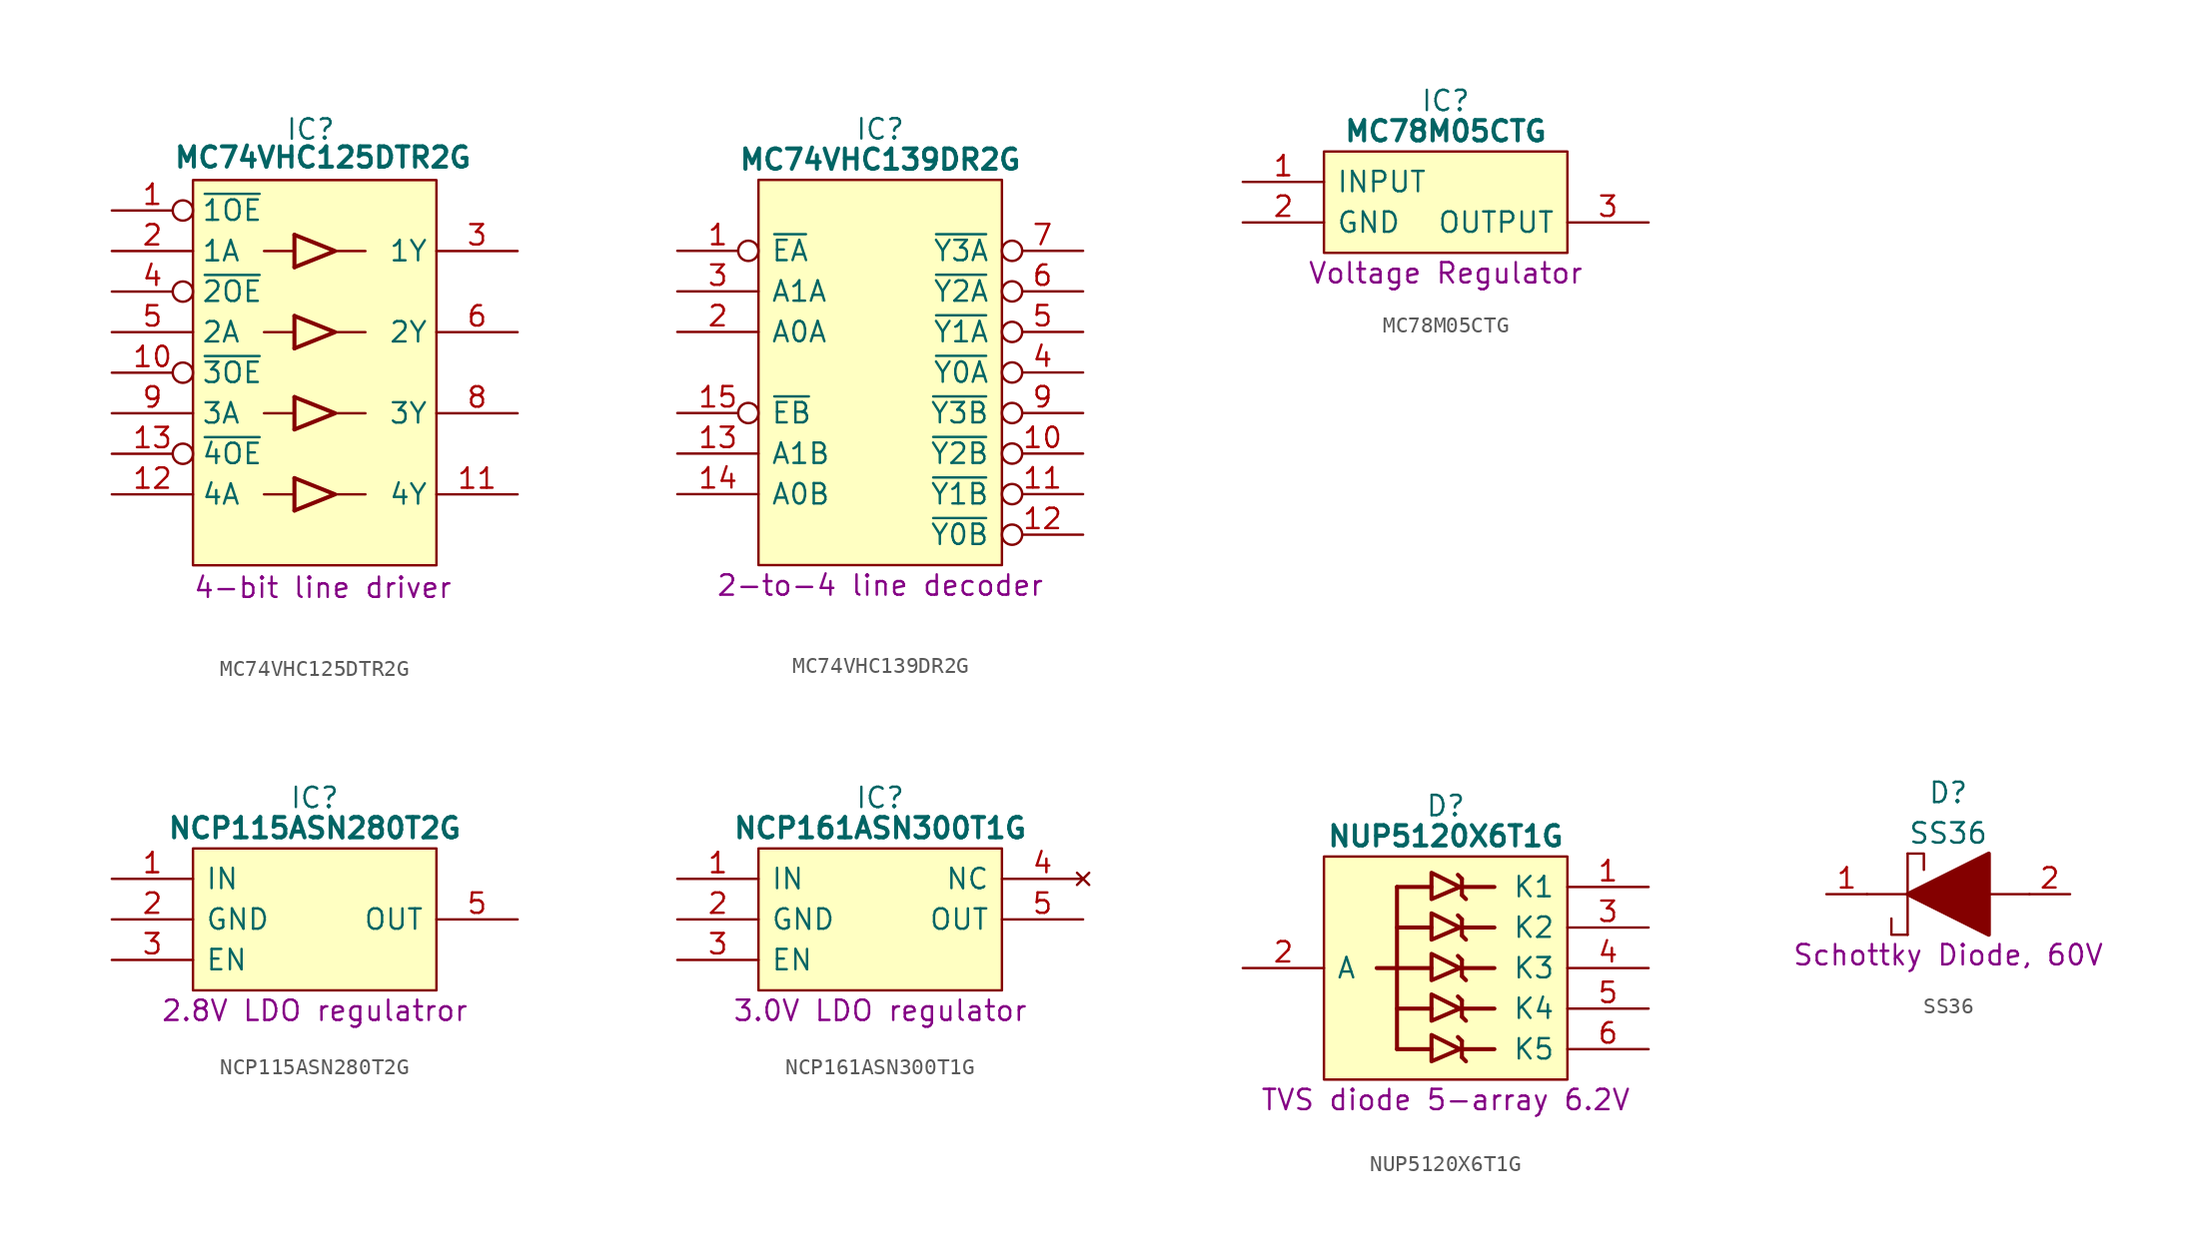
<source format=kicad_sym>
(kicad_symbol_lib
  (version 20241209)
  (generator "kicad_symbol_editor")
  (generator_version "9.0")
  (symbol "MC74VHC125DTR2G"
    (property "Reference" "IC"
      (at 12.446 5.08 0)
      (effects (font (size 1.27 1.27))))
    (property "Value" "MC74VHC125DTR2G"
      (at 13.208 4.064 0)
      (effects (font (size 1.27 1.27) (bold yes)) (justify top)))
    (property "Description" "4-bit line driver"
      (at 13.208 -23.622 0)
      (effects (font (size 1.27 1.27))))
    (symbol "MC74VHC125DTR2G_0_0"
      (pin input line (at 0 -2.54 0) (length 5.08) (name "1A" (effects (font (size 1.27 1.27)))) (number "2" (effects (font (size 1.27 1.27)))))
      (pin input line (at 0 -7.62 0) (length 5.08) (name "2A" (effects (font (size 1.27 1.27)))) (number "5" (effects (font (size 1.27 1.27)))))
      (pin input line (at 0 -12.7 0) (length 5.08) (name "3A" (effects (font (size 1.27 1.27)))) (number "9" (effects (font (size 1.27 1.27)))))
      (pin input line (at 0 -17.78 0) (length 5.08) (name "4A" (effects (font (size 1.27 1.27)))) (number "12" (effects (font (size 1.27 1.27)))))
      (pin tri_state line (at 25.4 -2.54 180) (length 5.08) (name "1Y" (effects (font (size 1.27 1.27)))) (number "3" (effects (font (size 1.27 1.27)))))
      (pin tri_state line (at 25.4 -7.62 180) (length 5.08) (name "2Y" (effects (font (size 1.27 1.27)))) (number "6" (effects (font (size 1.27 1.27)))))
      (pin tri_state line (at 25.4 -12.7 180) (length 5.08) (name "3Y" (effects (font (size 1.27 1.27)))) (number "8" (effects (font (size 1.27 1.27)))))
      (pin tri_state line (at 25.4 -17.78 180) (length 5.08) (name "4Y" (effects (font (size 1.27 1.27)))) (number "11" (effects (font (size 1.27 1.27))))))
    (symbol "MC74VHC125DTR2G_0_1"
      (polyline (pts (xy 5.08 1.905) (xy 20.32 1.905) (xy 20.32 -22.225) (xy 5.08 -22.225) (xy 5.08 1.905)) (stroke (width 0.152) (type default)) (fill (type background)))
      (polyline (pts (xy 9.525 -2.54) (xy 11.43 -2.54)) (stroke (width 0) (type default)) (fill (type none)))
      (polyline (pts (xy 9.525 -7.62) (xy 11.43 -7.62)) (stroke (width 0) (type default)) (fill (type none)))
      (polyline (pts (xy 9.525 -12.7) (xy 11.43 -12.7)) (stroke (width 0) (type default)) (fill (type none)))
      (polyline (pts (xy 9.525 -17.78) (xy 11.43 -17.78)) (stroke (width 0) (type default)) (fill (type none)))
      (rectangle (start 11.43 -1.524) (end 11.43 -3.556) (stroke (width 0.254) (type default)) (fill (type background)))
      (polyline (pts (xy 11.43 -3.556) (xy 13.97 -2.54) (xy 11.43 -1.524)) (stroke (width 0.254) (type default)) (fill (type none)))
      (rectangle (start 11.43 -6.604) (end 11.43 -8.636) (stroke (width 0.254) (type default)) (fill (type background)))
      (polyline (pts (xy 11.43 -8.636) (xy 13.97 -7.62) (xy 11.43 -6.604)) (stroke (width 0.254) (type default)) (fill (type none)))
      (rectangle (start 11.43 -11.684) (end 11.43 -13.716) (stroke (width 0.254) (type default)) (fill (type background)))
      (polyline (pts (xy 11.43 -13.716) (xy 13.97 -12.7) (xy 11.43 -11.684)) (stroke (width 0.254) (type default)) (fill (type none)))
      (rectangle (start 11.43 -16.764) (end 11.43 -18.796) (stroke (width 0.254) (type default)) (fill (type background)))
      (polyline (pts (xy 11.43 -18.796) (xy 13.97 -17.78) (xy 11.43 -16.764)) (stroke (width 0.254) (type default)) (fill (type none)))
      (polyline (pts (xy 13.97 -2.54) (xy 15.875 -2.54)) (stroke (width 0) (type default)) (fill (type none)))
      (polyline (pts (xy 13.97 -7.62) (xy 15.875 -7.62)) (stroke (width 0) (type default)) (fill (type none)))
      (polyline (pts (xy 13.97 -12.7) (xy 15.875 -12.7)) (stroke (width 0) (type default)) (fill (type none)))
      (polyline (pts (xy 13.97 -17.78) (xy 15.875 -17.78)) (stroke (width 0) (type default)) (fill (type none))))
    (symbol "MC74VHC125DTR2G_1_0"
      (pin input inverted (at 0 0 0) (length 5.08) (name "~{1OE}" (effects (font (size 1.27 1.27)))) (number "1" (effects (font (size 1.27 1.27)))))
      (pin input inverted (at 0 -5.08 0) (length 5.08) (name "~{2OE}" (effects (font (size 1.27 1.27)))) (number "4" (effects (font (size 1.27 1.27)))))
      (pin input inverted (at 0 -10.16 0) (length 5.08) (name "~{3OE}" (effects (font (size 1.27 1.27)))) (number "10" (effects (font (size 1.27 1.27)))))
      (pin input inverted (at 0 -15.24 0) (length 5.08) (name "~{4OE}" (effects (font (size 1.27 1.27)))) (number "13" (effects (font (size 1.27 1.27)))))
      (pin passive line (at 0 -20.32 0) (length 5.08) (hide yes) (name "GND" (effects (font (size 1.27 1.27)))) (number "7" (effects (font (size 1.27 1.27)))))
      (pin passive line (at 25.4 0 180) (length 5.08) (hide yes) (name "5V" (effects (font (size 1.27 1.27)))) (number "14" (effects (font (size 1.27 1.27)))))))
  (symbol "MC74VHC139DR2G"
    (pin_names
      (offset 0.762))
    (property "Reference" "IC"
      (at 12.7 7.62 0)
      (effects (font (size 1.27 1.27))))
    (property "Value" "MC74VHC139DR2G"
      (at 12.7 5.715 0)
      (effects (font (size 1.27 1.27) (bold yes))))
    (property "Description" "2-to-4 line decoder"
      (at 12.7 -20.955 0)
      (effects (font (size 1.27 1.27))))
    (symbol "MC74VHC139DR2G_0_0"
      (pin input inverted (at 0 0 0) (length 5.08) (name "~{EA}" (effects (font (size 1.27 1.27)))) (number "1" (effects (font (size 1.27 1.27)))))
      (pin input line (at 0 -2.54 0) (length 5.08) (name "A1A" (effects (font (size 1.27 1.27)))) (number "3" (effects (font (size 1.27 1.27)))))
      (pin input line (at 0 -5.08 0) (length 5.08) (name "A0A" (effects (font (size 1.27 1.27)))) (number "2" (effects (font (size 1.27 1.27)))))
      (pin input inverted (at 0 -10.16 0) (length 5.08) (name "~{EB}" (effects (font (size 1.27 1.27)))) (number "15" (effects (font (size 1.27 1.27)))))
      (pin input line (at 0 -12.7 0) (length 5.08) (name "A1B" (effects (font (size 1.27 1.27)))) (number "13" (effects (font (size 1.27 1.27)))))
      (pin input line (at 0 -15.24 0) (length 5.08) (name "A0B" (effects (font (size 1.27 1.27)))) (number "14" (effects (font (size 1.27 1.27)))))
      (pin passive line (at 0 -17.78 0) (length 5.08) (hide yes) (name "GND" (effects (font (size 1.27 1.27)))) (number "8" (effects (font (size 1.27 1.27)))))
      (pin passive line (at 25.4 2.54 180) (length 5.08) (hide yes) (name "5V" (effects (font (size 1.27 1.27)))) (number "16" (effects (font (size 1.27 1.27)))))
      (pin output inverted (at 25.4 0 180) (length 5.08) (name "~{Y3A}" (effects (font (size 1.27 1.27)))) (number "7" (effects (font (size 1.27 1.27)))))
      (pin output inverted (at 25.4 -2.54 180) (length 5.08) (name "~{Y2A}" (effects (font (size 1.27 1.27)))) (number "6" (effects (font (size 1.27 1.27)))))
      (pin output inverted (at 25.4 -5.08 180) (length 5.08) (name "~{Y1A}" (effects (font (size 1.27 1.27)))) (number "5" (effects (font (size 1.27 1.27)))))
      (pin output inverted (at 25.4 -7.62 180) (length 5.08) (name "~{Y0A}" (effects (font (size 1.27 1.27)))) (number "4" (effects (font (size 1.27 1.27)))))
      (pin output inverted (at 25.4 -10.16 180) (length 5.08) (name "~{Y3B}" (effects (font (size 1.27 1.27)))) (number "9" (effects (font (size 1.27 1.27)))))
      (pin output inverted (at 25.4 -12.7 180) (length 5.08) (name "~{Y2B}" (effects (font (size 1.27 1.27)))) (number "10" (effects (font (size 1.27 1.27)))))
      (pin output inverted (at 25.4 -15.24 180) (length 5.08) (name "~{Y1B}" (effects (font (size 1.27 1.27)))) (number "11" (effects (font (size 1.27 1.27)))))
      (pin output inverted (at 25.4 -17.78 180) (length 5.08) (name "~{Y0B}" (effects (font (size 1.27 1.27)))) (number "12" (effects (font (size 1.27 1.27))))))
    (symbol "MC74VHC139DR2G_0_1"
      (polyline (pts (xy 5.08 4.445) (xy 20.32 4.445) (xy 20.32 -19.685) (xy 5.08 -19.685) (xy 5.08 4.445)) (stroke (width 0.152) (type default)) (fill (type background)))))
  (symbol "MC78M05CTG"
    (pin_names
      (offset 0.762))
    (property "Reference" "IC"
      (at 12.7 5.08 0)
      (effects (font (size 1.27 1.27))))
    (property "Value" "MC78M05CTG"
      (at 12.7 3.175 0)
      (effects (font (size 1.27 1.27) (bold yes))))
    (property "Description" "Voltage Regulator"
      (at 12.7 -5.715 0)
      (effects (font (size 1.27 1.27))))
    (symbol "MC78M05CTG_0_0"
      (pin passive line (at 0 0 0) (length 5.08) (name "INPUT" (effects (font (size 1.27 1.27)))) (number "1" (effects (font (size 1.27 1.27)))))
      (pin passive line (at 0 -2.54 0) (length 5.08) (name "GND" (effects (font (size 1.27 1.27)))) (number "2" (effects (font (size 1.27 1.27)))))
      (pin passive line (at 25.4 -2.54 180) (length 5.08) (name "OUTPUT" (effects (font (size 1.27 1.27)))) (number "3" (effects (font (size 1.27 1.27))))))
    (symbol "MC78M05CTG_0_1"
      (polyline (pts (xy 5.08 1.905) (xy 20.32 1.905) (xy 20.32 -4.445) (xy 5.08 -4.445) (xy 5.08 1.905)) (stroke (width 0.152) (type default)) (fill (type background)))))
  (symbol "NCP115ASN280T2G"
    (pin_names
      (offset 0.762))
    (property "Reference" "IC"
      (at 12.7 5.08 0)
      (effects (font (size 1.27 1.27))))
    (property "Value" "NCP115ASN280T2G"
      (at 12.7 3.175 0)
      (effects (font (size 1.27 1.27) (bold yes))))
    (property "Description" "2.8V LDO regulatror"
      (at 12.7 -8.255 0)
      (effects (font (size 1.27 1.27))))
    (symbol "NCP115ASN280T2G_0_0"
      (pin power_in line (at 0 0 0) (length 5.08) (name "IN" (effects (font (size 1.27 1.27)))) (number "1" (effects (font (size 1.27 1.27)))))
      (pin power_in line (at 0 -2.54 0) (length 5.08) (name "GND" (effects (font (size 1.27 1.27)))) (number "2" (effects (font (size 1.27 1.27)))))
      (pin input line (at 0 -5.08 0) (length 5.08) (name "EN" (effects (font (size 1.27 1.27)))) (number "3" (effects (font (size 1.27 1.27)))))
      (pin no_connect line (at 25.4 0 180) (length 5.08) (hide yes) (name "N/C" (effects (font (size 1.27 1.27)))) (number "4" (effects (font (size 1.27 1.27)))))
      (pin power_out line (at 25.4 -2.54 180) (length 5.08) (name "OUT" (effects (font (size 1.27 1.27)))) (number "5" (effects (font (size 1.27 1.27))))))
    (symbol "NCP115ASN280T2G_0_1"
      (polyline (pts (xy 5.08 1.905) (xy 20.32 1.905) (xy 20.32 -6.985) (xy 5.08 -6.985) (xy 5.08 1.905)) (stroke (width 0.152) (type default)) (fill (type background)))))
  (symbol "NCP161ASN300T1G"
    (pin_names
      (offset 0.762))
    (property "Reference" "IC"
      (at 12.7 5.08 0)
      (effects (font (size 1.27 1.27))))
    (property "Value" "NCP161ASN300T1G"
      (at 12.7 3.175 0)
      (effects (font (size 1.27 1.27) (bold yes))))
    (property "Description" "3.0V LDO regulator"
      (at 12.7 -8.255 0)
      (effects (font (size 1.27 1.27))))
    (symbol "NCP161ASN300T1G_0_0"
      (pin passive line (at 0 0 0) (length 5.08) (name "IN" (effects (font (size 1.27 1.27)))) (number "1" (effects (font (size 1.27 1.27)))))
      (pin passive line (at 0 -2.54 0) (length 5.08) (name "GND" (effects (font (size 1.27 1.27)))) (number "2" (effects (font (size 1.27 1.27)))))
      (pin passive line (at 0 -5.08 0) (length 5.08) (name "EN" (effects (font (size 1.27 1.27)))) (number "3" (effects (font (size 1.27 1.27)))))
      (pin no_connect line (at 25.4 0 180) (length 5.08) (name "NC" (effects (font (size 1.27 1.27)))) (number "4" (effects (font (size 1.27 1.27)))))
      (pin passive line (at 25.4 -2.54 180) (length 5.08) (name "OUT" (effects (font (size 1.27 1.27)))) (number "5" (effects (font (size 1.27 1.27))))))
    (symbol "NCP161ASN300T1G_0_1"
      (polyline (pts (xy 5.08 1.905) (xy 20.32 1.905) (xy 20.32 -6.985) (xy 5.08 -6.985) (xy 5.08 1.905)) (stroke (width 0.152) (type default)) (fill (type background)))))
  (symbol "NUP5120X6T1G"
    (pin_names
      (offset 0.762))
    (property "Reference" "D"
      (at 12.7 10.16 0)
      (effects (font (size 1.27 1.27))))
    (property "Value" "NUP5120X6T1G"
      (at 12.7 8.255 0)
      (effects (font (size 1.27 1.27) (thickness 0.254) (bold yes))))
    (property "Description" "TVS diode 5-array 6.2V"
      (at 12.7 -8.255 0)
      (effects (font (size 1.27 1.27))))
    (symbol "NUP5120X6T1G_0_0"
      (pin passive line (at 0 0 0) (length 5.08) (name "A" (effects (font (size 1.27 1.27)))) (number "2" (effects (font (size 1.27 1.27))))))
    (symbol "NUP5120X6T1G_0_1"
      (polyline (pts (xy 5.08 6.985) (xy 20.32 6.985) (xy 20.32 -6.985) (xy 5.08 -6.985) (xy 5.08 6.985)) (stroke (width 0.152) (type default)) (fill (type background)))
      (polyline (pts (xy 8.382 0) (xy 9.652 0)) (stroke (width 0.254) (type default)) (fill (type none)))
      (polyline (pts (xy 9.652 5.08) (xy 9.652 -5.08)) (stroke (width 0.254) (type default)) (fill (type none)))
      (polyline (pts (xy 9.652 5.08) (xy 11.811 5.08)) (stroke (width 0.254) (type default)) (fill (type none)))
      (polyline (pts (xy 9.652 2.54) (xy 11.811 2.54)) (stroke (width 0.254) (type default)) (fill (type none)))
      (polyline (pts (xy 9.652 0) (xy 11.811 0)) (stroke (width 0.254) (type default)) (fill (type none)))
      (polyline (pts (xy 9.652 -2.54) (xy 11.811 -2.54)) (stroke (width 0.254) (type default)) (fill (type none)))
      (polyline (pts (xy 9.652 -5.08) (xy 11.811 -5.08)) (stroke (width 0.254) (type default)) (fill (type none)))
      (polyline (pts (xy 11.811 5.969) (xy 11.811 4.318) (xy 13.589 5.08) (xy 11.811 5.969)) (stroke (width 0.254) (type default)) (fill (type none)))
      (polyline (pts (xy 11.811 3.429) (xy 11.811 1.778) (xy 13.589 2.54) (xy 11.811 3.429)) (stroke (width 0.254) (type default)) (fill (type none)))
      (polyline (pts (xy 11.811 0.889) (xy 11.811 -0.762) (xy 13.589 0) (xy 11.811 0.889)) (stroke (width 0.254) (type default)) (fill (type none)))
      (polyline (pts (xy 11.811 -1.651) (xy 11.811 -3.302) (xy 13.589 -2.54) (xy 11.811 -1.651)) (stroke (width 0.254) (type default)) (fill (type none)))
      (polyline (pts (xy 11.811 -4.191) (xy 11.811 -5.842) (xy 13.589 -5.08) (xy 11.811 -4.191)) (stroke (width 0.254) (type default)) (fill (type none)))
      (polyline (pts (xy 13.589 5.08) (xy 15.748 5.08)) (stroke (width 0.254) (type default)) (fill (type none)))
      (polyline (pts (xy 13.589 2.54) (xy 15.748 2.54)) (stroke (width 0.254) (type default)) (fill (type none)))
      (polyline (pts (xy 13.589 0) (xy 15.748 0)) (stroke (width 0.254) (type default)) (fill (type none)))
      (polyline (pts (xy 13.589 -2.54) (xy 15.748 -2.54)) (stroke (width 0.254) (type default)) (fill (type none)))
      (polyline (pts (xy 13.589 -5.08) (xy 15.748 -5.08)) (stroke (width 0.254) (type default)) (fill (type none)))
      (polyline (pts (xy 13.716 5.588) (xy 13.462 5.842)) (stroke (width 0.254) (type default)) (fill (type none)))
      (polyline (pts (xy 13.716 5.588) (xy 13.716 4.572)) (stroke (width 0.254) (type default)) (fill (type none)))
      (polyline (pts (xy 13.716 4.572) (xy 13.97 4.318)) (stroke (width 0.254) (type default)) (fill (type none)))
      (polyline (pts (xy 13.716 3.048) (xy 13.462 3.302)) (stroke (width 0.254) (type default)) (fill (type none)))
      (polyline (pts (xy 13.716 3.048) (xy 13.716 2.032)) (stroke (width 0.254) (type default)) (fill (type none)))
      (polyline (pts (xy 13.716 2.032) (xy 13.97 1.778)) (stroke (width 0.254) (type default)) (fill (type none)))
      (polyline (pts (xy 13.716 0.508) (xy 13.462 0.762)) (stroke (width 0.254) (type default)) (fill (type none)))
      (polyline (pts (xy 13.716 0.508) (xy 13.716 -0.508)) (stroke (width 0.254) (type default)) (fill (type none)))
      (polyline (pts (xy 13.716 -0.508) (xy 13.97 -0.762)) (stroke (width 0.254) (type default)) (fill (type none)))
      (polyline (pts (xy 13.716 -2.032) (xy 13.462 -1.778)) (stroke (width 0.254) (type default)) (fill (type none)))
      (polyline (pts (xy 13.716 -2.032) (xy 13.716 -3.048)) (stroke (width 0.254) (type default)) (fill (type none)))
      (polyline (pts (xy 13.716 -3.048) (xy 13.97 -3.302)) (stroke (width 0.254) (type default)) (fill (type none)))
      (polyline (pts (xy 13.716 -4.572) (xy 13.462 -4.318)) (stroke (width 0.254) (type default)) (fill (type none)))
      (polyline (pts (xy 13.716 -4.572) (xy 13.716 -5.588)) (stroke (width 0.254) (type default)) (fill (type none)))
      (polyline (pts (xy 13.716 -5.588) (xy 13.97 -5.842)) (stroke (width 0.254) (type default)) (fill (type none))))
    (symbol "NUP5120X6T1G_1_0"
      (pin passive line (at 25.4 5.08 180) (length 5.08) (name "K1" (effects (font (size 1.27 1.27)))) (number "1" (effects (font (size 1.27 1.27)))))
      (pin passive line (at 25.4 2.54 180) (length 5.08) (name "K2" (effects (font (size 1.27 1.27)))) (number "3" (effects (font (size 1.27 1.27)))))
      (pin passive line (at 25.4 0 180) (length 5.08) (name "K3" (effects (font (size 1.27 1.27)))) (number "4" (effects (font (size 1.27 1.27)))))
      (pin passive line (at 25.4 -2.54 180) (length 5.08) (name "K4" (effects (font (size 1.27 1.27)))) (number "5" (effects (font (size 1.27 1.27)))))
      (pin passive line (at 25.4 -5.08 180) (length 5.08) (name "K5" (effects (font (size 1.27 1.27)))) (number "6" (effects (font (size 1.27 1.27)))))))
  (symbol "SS36"
    (pin_names
      (offset 0.762))
    (property "Reference" "D"
      (at 10.16 6.35 0)
      (effects (font (size 1.27 1.27))))
    (property "Value" "SS36"
      (at 10.16 3.81 0)
      (effects (font (size 1.27 1.27))))
    (property "Description" "Schottky Diode, 60V"
      (at 10.16 -3.81 0)
      (effects (font (size 1.27 1.27))))
    (symbol "SS36_0_0"
      (pin passive line (at 2.54 0 0) (length 2.54) (name "~" (effects (font (size 1.27 1.27)))) (number "1" (effects (font (size 1.27 1.27)))))
      (pin passive line (at 17.78 0 180) (length 2.54) (name "~" (effects (font (size 1.27 1.27)))) (number "2" (effects (font (size 1.27 1.27))))))
    (symbol "SS36_0_1"
      (polyline (pts (xy 5.08 0) (xy 7.62 0)) (stroke (width 0.152) (type solid)) (fill (type none)))
      (polyline (pts (xy 7.62 2.54) (xy 7.62 -2.54)) (stroke (width 0.152) (type solid)) (fill (type none)))
      (polyline (pts (xy 7.62 2.54) (xy 8.636 2.54) (xy 8.636 1.524)) (stroke (width 0.152) (type solid)) (fill (type none)))
      (polyline (pts (xy 7.62 0) (xy 12.7 2.54) (xy 12.7 -2.54) (xy 7.62 0)) (stroke (width 0.254) (type solid)) (fill (type outline)))
      (polyline (pts (xy 7.62 -2.54) (xy 6.604 -2.54) (xy 6.604 -1.524)) (stroke (width 0.152) (type solid)) (fill (type none)))
      (polyline (pts (xy 12.7 0) (xy 15.24 0)) (stroke (width 0.152) (type solid)) (fill (type none))))))
</source>
